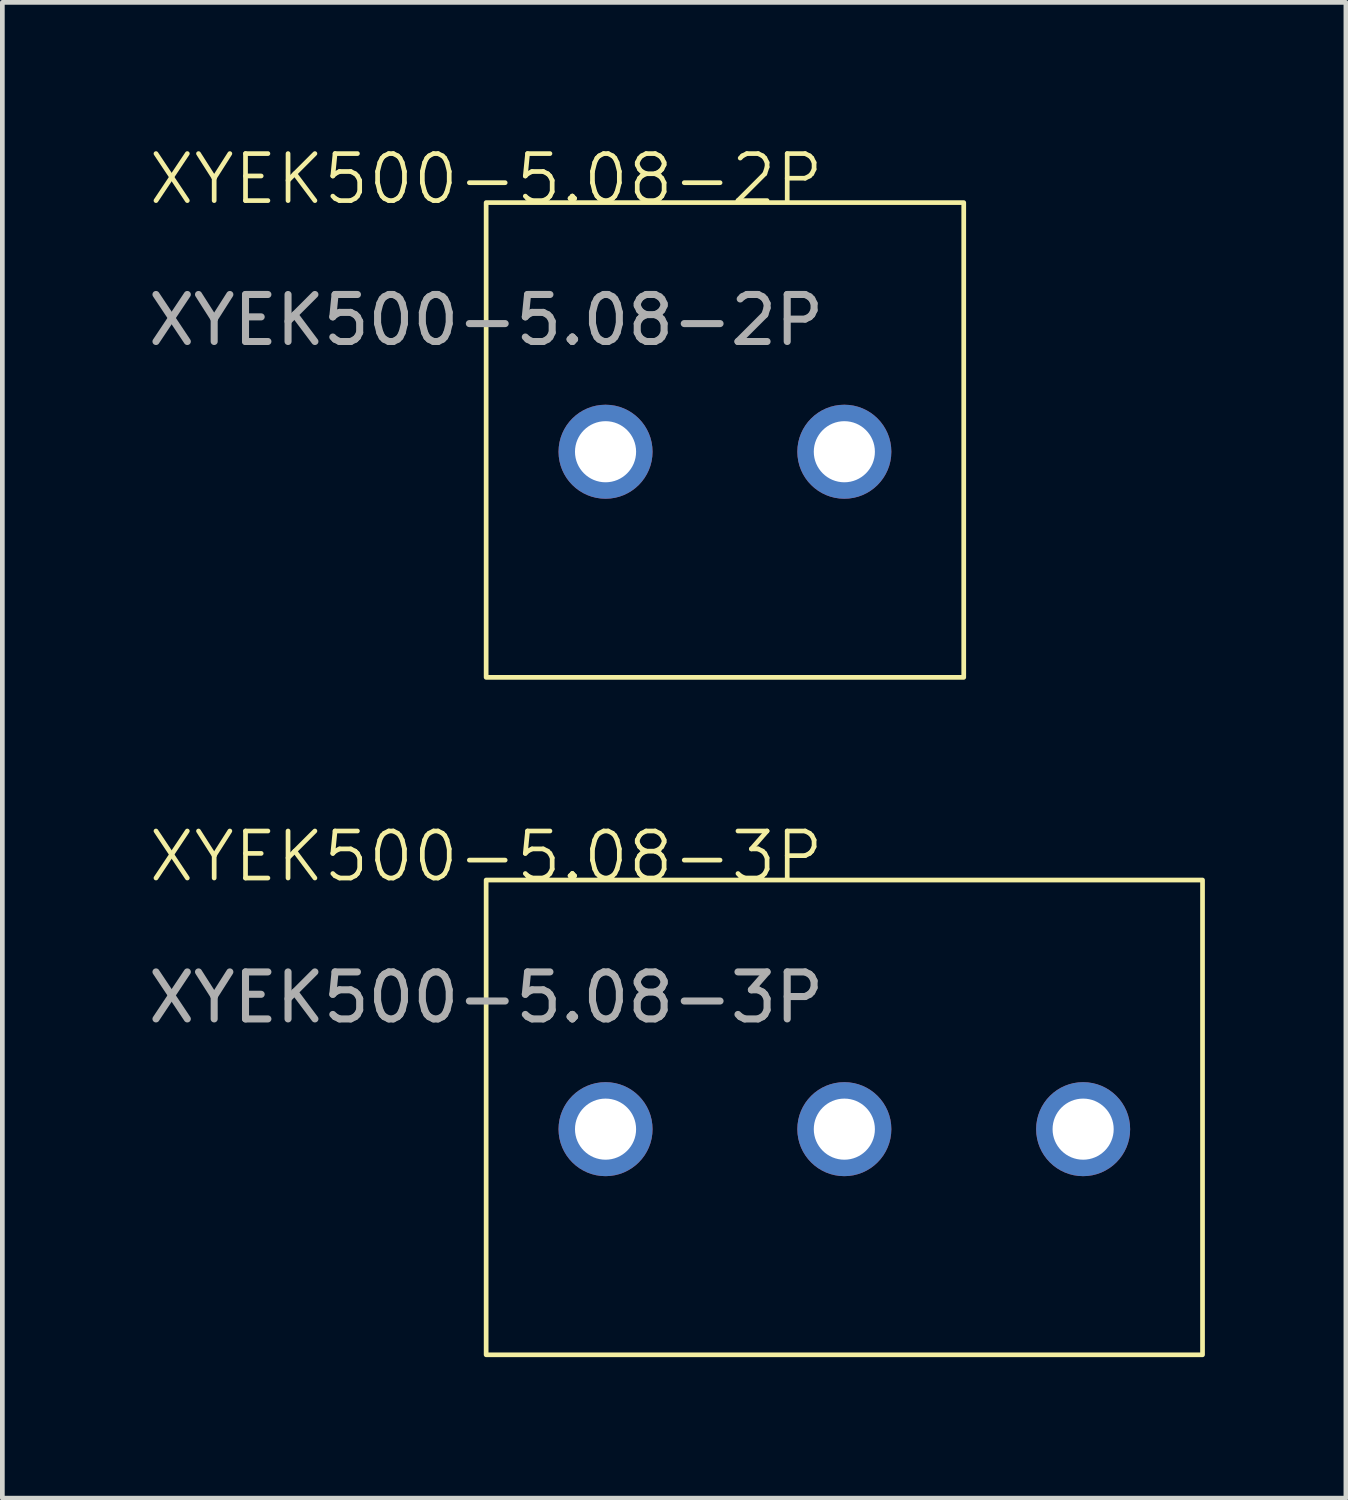
<source format=kicad_pcb>
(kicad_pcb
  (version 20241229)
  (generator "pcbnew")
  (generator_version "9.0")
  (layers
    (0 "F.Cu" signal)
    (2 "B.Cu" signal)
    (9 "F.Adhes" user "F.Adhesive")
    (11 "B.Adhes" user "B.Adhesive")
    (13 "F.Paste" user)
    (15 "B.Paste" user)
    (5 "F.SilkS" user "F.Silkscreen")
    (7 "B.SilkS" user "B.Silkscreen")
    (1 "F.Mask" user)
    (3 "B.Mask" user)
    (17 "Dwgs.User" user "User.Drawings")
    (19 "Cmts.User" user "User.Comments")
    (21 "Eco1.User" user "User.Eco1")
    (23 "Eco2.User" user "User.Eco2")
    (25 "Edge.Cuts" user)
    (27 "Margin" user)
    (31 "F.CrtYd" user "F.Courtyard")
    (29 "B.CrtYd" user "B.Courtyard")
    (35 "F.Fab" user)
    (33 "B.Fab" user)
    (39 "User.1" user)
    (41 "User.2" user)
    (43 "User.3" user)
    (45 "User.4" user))
  (footprint "XYEK500-5.08-2P"
    (layer "F.Cu")
    (at 7.292 1.26)
    (property "Reference" "XYEK500-5.08-2P" (at 0 -0.5 0) (unlocked yes) (layer "F.SilkS") (effects (font (size 1 1) (thickness 0.1))))
    (attr through_hole)
    (fp_rect (start 0 0) (end 10.16 10.1) (stroke (width 0.1) (type default)) (fill no) (layer "F.SilkS"))
    (fp_text user "${REFERENCE}" (at 0 2.5 0) (unlocked yes) (layer "F.Fab") (effects (font (size 1 1) (thickness 0.15))))
    (pad "1" thru_hole circle (at 2.54 5.3) (size 2 2) (drill 1.3) (layers "*.Cu" "*.Mask"))
    (pad "2" thru_hole circle (at 7.62 5.3) (size 2 2) (drill 1.3) (layers "*.Cu" "*.Mask")))
  (footprint "XYEK500-5.08-3P"
    (layer "F.Cu")
    (at 7.292 15.671)
    (property "Reference" "XYEK500-5.08-3P" (at 0 -0.5 0) (unlocked yes) (layer "F.SilkS") (effects (font (size 1 1) (thickness 0.1))))
    (attr through_hole)
    (fp_rect (start 0 0) (end 15.24 10.1) (stroke (width 0.1) (type default)) (fill no) (layer "F.SilkS"))
    (fp_text user "${REFERENCE}" (at 0 2.5 0) (unlocked yes) (layer "F.Fab") (effects (font (size 1 1) (thickness 0.15))))
    (pad "1" thru_hole circle (at 2.54 5.3) (size 2 2) (drill 1.3) (layers "*.Cu" "*.Mask"))
    (pad "2" thru_hole circle (at 7.62 5.3) (size 2 2) (drill 1.3) (layers "*.Cu" "*.Mask"))
    (pad "3" thru_hole circle (at 12.7 5.3) (size 2 2) (drill 1.3) (layers "*.Cu" "*.Mask")))
  (gr_rect
    (start -3 -3)
    (end 25.582 28.821)
    (stroke (width 0.1) (type default))
    (fill no)
    (layer "Edge.Cuts")))
</source>
